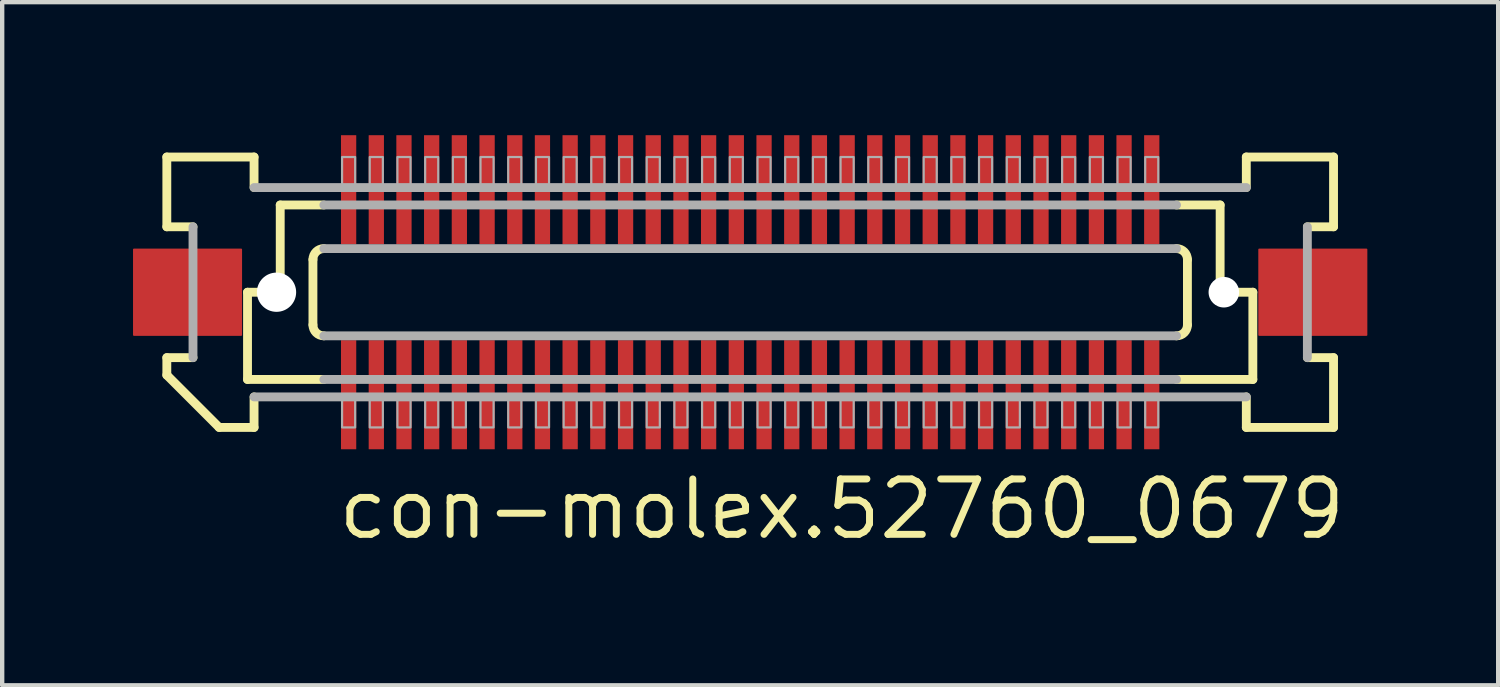
<source format=kicad_pcb>
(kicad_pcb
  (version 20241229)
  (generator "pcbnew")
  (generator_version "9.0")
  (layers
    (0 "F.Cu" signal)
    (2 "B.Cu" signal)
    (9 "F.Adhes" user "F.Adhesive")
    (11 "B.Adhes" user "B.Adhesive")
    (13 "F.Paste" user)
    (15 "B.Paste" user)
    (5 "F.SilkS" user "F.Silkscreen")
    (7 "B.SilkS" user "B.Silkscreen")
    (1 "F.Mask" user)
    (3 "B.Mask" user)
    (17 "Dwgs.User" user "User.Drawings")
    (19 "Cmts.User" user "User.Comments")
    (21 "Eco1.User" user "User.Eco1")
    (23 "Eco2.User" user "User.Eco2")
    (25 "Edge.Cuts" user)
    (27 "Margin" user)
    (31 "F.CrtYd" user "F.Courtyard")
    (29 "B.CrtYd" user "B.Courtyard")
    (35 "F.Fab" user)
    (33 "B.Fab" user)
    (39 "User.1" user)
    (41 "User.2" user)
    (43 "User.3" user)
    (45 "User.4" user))
  (footprint "con-molex.52760_0679"
    (layer "F.Cu")
    (at 14.15 3.65)
    (property "Reference" "con-molex.52760_0679" (at -9.525 5.715 0) (layer "F.SilkS") (effects (font (size 1.27 1.27) (thickness 0.16)) (justify left bottom)))
    (attr smd)
    (fp_rect (start -9.408 -1.075) (end -9.008 -3.625) (stroke (width 0.05) (type default)) (fill yes) (layer "F.Mask"))
    (fp_rect (start -9.408 3.625) (end -9.008 1.075) (stroke (width 0.05) (type default)) (fill yes) (layer "F.Mask"))
    (fp_rect (start -8.773 -1.075) (end -8.373 -3.625) (stroke (width 0.05) (type default)) (fill yes) (layer "F.Mask"))
    (fp_rect (start -8.773 3.625) (end -8.373 1.075) (stroke (width 0.05) (type default)) (fill yes) (layer "F.Mask"))
    (fp_rect (start -8.137 -1.075) (end -7.737 -3.625) (stroke (width 0.05) (type default)) (fill yes) (layer "F.Mask"))
    (fp_rect (start -8.137 3.625) (end -7.737 1.075) (stroke (width 0.05) (type default)) (fill yes) (layer "F.Mask"))
    (fp_rect (start -7.503 -1.075) (end -7.103 -3.625) (stroke (width 0.05) (type default)) (fill yes) (layer "F.Mask"))
    (fp_rect (start -7.503 3.625) (end -7.103 1.075) (stroke (width 0.05) (type default)) (fill yes) (layer "F.Mask"))
    (fp_rect (start -6.867 -1.075) (end -6.468 -3.625) (stroke (width 0.05) (type default)) (fill yes) (layer "F.Mask"))
    (fp_rect (start -6.867 3.625) (end -6.468 1.075) (stroke (width 0.05) (type default)) (fill yes) (layer "F.Mask"))
    (fp_rect (start -6.232 -1.075) (end -5.832 -3.625) (stroke (width 0.05) (type default)) (fill yes) (layer "F.Mask"))
    (fp_rect (start -6.232 3.625) (end -5.832 1.075) (stroke (width 0.05) (type default)) (fill yes) (layer "F.Mask"))
    (fp_rect (start -5.598 -1.075) (end -5.197 -3.625) (stroke (width 0.05) (type default)) (fill yes) (layer "F.Mask"))
    (fp_rect (start -5.598 3.625) (end -5.197 1.075) (stroke (width 0.05) (type default)) (fill yes) (layer "F.Mask"))
    (fp_rect (start -4.963 -1.075) (end -4.562 -3.625) (stroke (width 0.05) (type default)) (fill yes) (layer "F.Mask"))
    (fp_rect (start -4.963 3.625) (end -4.562 1.075) (stroke (width 0.05) (type default)) (fill yes) (layer "F.Mask"))
    (fp_rect (start -4.327 -1.075) (end -3.928 -3.625) (stroke (width 0.05) (type default)) (fill yes) (layer "F.Mask"))
    (fp_rect (start -4.327 3.625) (end -3.928 1.075) (stroke (width 0.05) (type default)) (fill yes) (layer "F.Mask"))
    (fp_rect (start -3.692 -1.075) (end -3.292 -3.625) (stroke (width 0.05) (type default)) (fill yes) (layer "F.Mask"))
    (fp_rect (start -3.692 3.625) (end -3.292 1.075) (stroke (width 0.05) (type default)) (fill yes) (layer "F.Mask"))
    (fp_rect (start -3.058 -1.075) (end -2.658 -3.625) (stroke (width 0.05) (type default)) (fill yes) (layer "F.Mask"))
    (fp_rect (start -3.058 3.625) (end -2.658 1.075) (stroke (width 0.05) (type default)) (fill yes) (layer "F.Mask"))
    (fp_rect (start -2.422 -1.075) (end -2.022 -3.625) (stroke (width 0.05) (type default)) (fill yes) (layer "F.Mask"))
    (fp_rect (start -2.422 3.625) (end -2.022 1.075) (stroke (width 0.05) (type default)) (fill yes) (layer "F.Mask"))
    (fp_rect (start -1.788 -1.075) (end -1.387 -3.625) (stroke (width 0.05) (type default)) (fill yes) (layer "F.Mask"))
    (fp_rect (start -1.788 3.625) (end -1.387 1.075) (stroke (width 0.05) (type default)) (fill yes) (layer "F.Mask"))
    (fp_rect (start -1.153 -1.075) (end -0.752 -3.625) (stroke (width 0.05) (type default)) (fill yes) (layer "F.Mask"))
    (fp_rect (start -1.153 3.625) (end -0.752 1.075) (stroke (width 0.05) (type default)) (fill yes) (layer "F.Mask"))
    (fp_rect (start -0.517 -1.075) (end -0.117 -3.625) (stroke (width 0.05) (type default)) (fill yes) (layer "F.Mask"))
    (fp_rect (start -0.517 3.625) (end -0.117 1.075) (stroke (width 0.05) (type default)) (fill yes) (layer "F.Mask"))
    (fp_rect (start 0.117 -1.075) (end 0.517 -3.625) (stroke (width 0.05) (type default)) (fill yes) (layer "F.Mask"))
    (fp_rect (start 0.117 3.625) (end 0.517 1.075) (stroke (width 0.05) (type default)) (fill yes) (layer "F.Mask"))
    (fp_rect (start 0.752 -1.075) (end 1.153 -3.625) (stroke (width 0.05) (type default)) (fill yes) (layer "F.Mask"))
    (fp_rect (start 0.752 3.625) (end 1.153 1.075) (stroke (width 0.05) (type default)) (fill yes) (layer "F.Mask"))
    (fp_rect (start 1.387 -1.075) (end 1.788 -3.625) (stroke (width 0.05) (type default)) (fill yes) (layer "F.Mask"))
    (fp_rect (start 1.387 3.625) (end 1.788 1.075) (stroke (width 0.05) (type default)) (fill yes) (layer "F.Mask"))
    (fp_rect (start 2.022 -1.075) (end 2.422 -3.625) (stroke (width 0.05) (type default)) (fill yes) (layer "F.Mask"))
    (fp_rect (start 2.022 3.625) (end 2.422 1.075) (stroke (width 0.05) (type default)) (fill yes) (layer "F.Mask"))
    (fp_rect (start 2.658 -1.075) (end 3.058 -3.625) (stroke (width 0.05) (type default)) (fill yes) (layer "F.Mask"))
    (fp_rect (start 2.658 3.625) (end 3.058 1.075) (stroke (width 0.05) (type default)) (fill yes) (layer "F.Mask"))
    (fp_rect (start 3.292 -1.075) (end 3.692 -3.625) (stroke (width 0.05) (type default)) (fill yes) (layer "F.Mask"))
    (fp_rect (start 3.292 3.625) (end 3.692 1.075) (stroke (width 0.05) (type default)) (fill yes) (layer "F.Mask"))
    (fp_rect (start 3.928 -1.075) (end 4.327 -3.625) (stroke (width 0.05) (type default)) (fill yes) (layer "F.Mask"))
    (fp_rect (start 3.928 3.625) (end 4.327 1.075) (stroke (width 0.05) (type default)) (fill yes) (layer "F.Mask"))
    (fp_rect (start 4.562 -1.075) (end 4.963 -3.625) (stroke (width 0.05) (type default)) (fill yes) (layer "F.Mask"))
    (fp_rect (start 4.562 3.625) (end 4.963 1.075) (stroke (width 0.05) (type default)) (fill yes) (layer "F.Mask"))
    (fp_rect (start 5.197 -1.075) (end 5.598 -3.625) (stroke (width 0.05) (type default)) (fill yes) (layer "F.Mask"))
    (fp_rect (start 5.197 3.625) (end 5.598 1.075) (stroke (width 0.05) (type default)) (fill yes) (layer "F.Mask"))
    (fp_rect (start 5.832 -1.075) (end 6.232 -3.625) (stroke (width 0.05) (type default)) (fill yes) (layer "F.Mask"))
    (fp_rect (start 5.832 3.625) (end 6.232 1.075) (stroke (width 0.05) (type default)) (fill yes) (layer "F.Mask"))
    (fp_rect (start 6.468 -1.075) (end 6.867 -3.625) (stroke (width 0.05) (type default)) (fill yes) (layer "F.Mask"))
    (fp_rect (start 6.468 3.625) (end 6.867 1.075) (stroke (width 0.05) (type default)) (fill yes) (layer "F.Mask"))
    (fp_rect (start 7.103 -1.075) (end 7.503 -3.625) (stroke (width 0.05) (type default)) (fill yes) (layer "F.Mask"))
    (fp_rect (start 7.103 3.625) (end 7.503 1.075) (stroke (width 0.05) (type default)) (fill yes) (layer "F.Mask"))
    (fp_rect (start 7.737 -1.075) (end 8.137 -3.625) (stroke (width 0.05) (type default)) (fill yes) (layer "F.Mask"))
    (fp_rect (start 7.737 3.625) (end 8.137 1.075) (stroke (width 0.05) (type default)) (fill yes) (layer "F.Mask"))
    (fp_rect (start 8.373 -1.075) (end 8.773 -3.625) (stroke (width 0.05) (type default)) (fill yes) (layer "F.Mask"))
    (fp_rect (start 8.373 3.625) (end 8.773 1.075) (stroke (width 0.05) (type default)) (fill yes) (layer "F.Mask"))
    (fp_rect (start 9.008 -1.075) (end 9.408 -3.625) (stroke (width 0.05) (type default)) (fill yes) (layer "F.Mask"))
    (fp_rect (start 9.008 3.625) (end 9.408 1.075) (stroke (width 0.05) (type default)) (fill yes) (layer "F.Mask"))
    (fp_line (start -13.375 -3.1) (end -11.375 -3.1) (stroke (width 0.203) (type default)) (layer "F.SilkS"))
    (fp_line (start -13.375 -1.5) (end -13.375 -3.1) (stroke (width 0.203) (type default)) (layer "F.SilkS"))
    (fp_line (start -13.375 1.5) (end -12.775 1.5) (stroke (width 0.203) (type default)) (layer "F.SilkS"))
    (fp_line (start -13.375 1.9) (end -13.375 1.5) (stroke (width 0.203) (type default)) (layer "F.SilkS"))
    (fp_line (start -12.775 -1.5) (end -13.375 -1.5) (stroke (width 0.203) (type default)) (layer "F.SilkS"))
    (fp_line (start -12.175 3.1) (end -13.375 1.9) (stroke (width 0.203) (type default)) (layer "F.SilkS"))
    (fp_line (start -11.525 0) (end -11.525 2) (stroke (width 0.203) (type default)) (layer "F.SilkS"))
    (fp_line (start -11.525 2) (end -9.775 2) (stroke (width 0.203) (type default)) (layer "F.SilkS"))
    (fp_line (start -11.375 -3.1) (end -11.375 -2.4) (stroke (width 0.203) (type default)) (layer "F.SilkS"))
    (fp_line (start -11.375 2.4) (end -11.375 3.1) (stroke (width 0.203) (type default)) (layer "F.SilkS"))
    (fp_line (start -11.375 3.1) (end -12.175 3.1) (stroke (width 0.203) (type default)) (layer "F.SilkS"))
    (fp_line (start -10.775 -2) (end -10.775 0) (stroke (width 0.203) (type default)) (layer "F.SilkS"))
    (fp_line (start -10.775 0) (end -11.525 0) (stroke (width 0.203) (type default)) (layer "F.SilkS"))
    (fp_line (start -10.025 0.75) (end -10.025 -0.75) (stroke (width 0.203) (type default)) (layer "F.SilkS"))
    (fp_line (start -9.775 -2) (end -10.775 -2) (stroke (width 0.203) (type default)) (layer "F.SilkS"))
    (fp_line (start 9.775 2) (end 11.525 2) (stroke (width 0.203) (type default)) (layer "F.SilkS"))
    (fp_line (start 10.025 -0.75) (end 10.025 0.75) (stroke (width 0.203) (type default)) (layer "F.SilkS"))
    (fp_line (start 10.775 -2) (end 9.775 -2) (stroke (width 0.203) (type default)) (layer "F.SilkS"))
    (fp_line (start 10.775 -2) (end 10.775 0) (stroke (width 0.203) (type default)) (layer "F.SilkS"))
    (fp_line (start 11.375 -3.1) (end 13.375 -3.1) (stroke (width 0.203) (type default)) (layer "F.SilkS"))
    (fp_line (start 11.375 -2.4) (end 11.375 -3.1) (stroke (width 0.203) (type default)) (layer "F.SilkS"))
    (fp_line (start 11.375 3.1) (end 11.375 2.4) (stroke (width 0.203) (type default)) (layer "F.SilkS"))
    (fp_line (start 11.525 0) (end 10.775 0) (stroke (width 0.203) (type default)) (layer "F.SilkS"))
    (fp_line (start 11.525 0) (end 11.525 2) (stroke (width 0.203) (type default)) (layer "F.SilkS"))
    (fp_line (start 12.775 1.5) (end 13.375 1.5) (stroke (width 0.203) (type default)) (layer "F.SilkS"))
    (fp_line (start 13.375 -3.1) (end 13.375 -1.5) (stroke (width 0.203) (type default)) (layer "F.SilkS"))
    (fp_line (start 13.375 -1.5) (end 12.775 -1.5) (stroke (width 0.203) (type default)) (layer "F.SilkS"))
    (fp_line (start 13.375 1.5) (end 13.375 3.1) (stroke (width 0.203) (type default)) (layer "F.SilkS"))
    (fp_line (start 13.375 3.1) (end 11.375 3.1) (stroke (width 0.203) (type default)) (layer "F.SilkS"))
    (fp_arc (start -10.025 -0.75) (mid -9.951777 -0.926777) (end -9.775 -1) (stroke (width 0.2032) (type default)) (layer "F.SilkS"))
    (fp_arc (start -9.775 1) (mid -9.951777 0.926777) (end -10.025 0.75) (stroke (width 0.2032) (type default)) (layer "F.SilkS"))
    (fp_arc (start 9.775 -1) (mid 9.951777 -0.926777) (end 10.025 -0.75) (stroke (width 0.2032) (type default)) (layer "F.SilkS"))
    (fp_arc (start 10.025 0.75) (mid 9.951777 0.926777) (end 9.775 1) (stroke (width 0.2032) (type default)) (layer "F.SilkS"))
    (fp_line (start -12.775 1.5) (end -12.775 -1.5) (stroke (width 0.203) (type default)) (layer "F.Fab"))
    (fp_line (start -11.375 -2.4) (end 11.375 -2.4) (stroke (width 0.203) (type default)) (layer "F.Fab"))
    (fp_line (start -9.775 -1) (end 9.775 -1) (stroke (width 0.203) (type default)) (layer "F.Fab"))
    (fp_line (start -9.775 2) (end 9.775 2) (stroke (width 0.203) (type default)) (layer "F.Fab"))
    (fp_line (start 9.775 -2) (end -9.775 -2) (stroke (width 0.203) (type default)) (layer "F.Fab"))
    (fp_line (start 9.775 1) (end -9.775 1) (stroke (width 0.203) (type default)) (layer "F.Fab"))
    (fp_line (start 11.375 2.4) (end -11.375 2.4) (stroke (width 0.203) (type default)) (layer "F.Fab"))
    (fp_line (start 12.775 -1.5) (end 12.775 1.5) (stroke (width 0.203) (type default)) (layer "F.Fab"))
    (fp_rect (start -9.357 -2.375) (end -9.057 -3.1) (stroke (width 0.05) (type default)) (fill no) (layer "F.Fab"))
    (fp_rect (start -9.357 3.1) (end -9.057 2.375) (stroke (width 0.05) (type default)) (fill no) (layer "F.Fab"))
    (fp_rect (start -8.723 -2.375) (end -8.422 -3.1) (stroke (width 0.05) (type default)) (fill no) (layer "F.Fab"))
    (fp_rect (start -8.723 3.1) (end -8.422 2.375) (stroke (width 0.05) (type default)) (fill no) (layer "F.Fab"))
    (fp_rect (start -8.088 -2.375) (end -7.787 -3.1) (stroke (width 0.05) (type default)) (fill no) (layer "F.Fab"))
    (fp_rect (start -8.088 3.1) (end -7.787 2.375) (stroke (width 0.05) (type default)) (fill no) (layer "F.Fab"))
    (fp_rect (start -7.452 -2.375) (end -7.152 -3.1) (stroke (width 0.05) (type default)) (fill no) (layer "F.Fab"))
    (fp_rect (start -7.452 3.1) (end -7.152 2.375) (stroke (width 0.05) (type default)) (fill no) (layer "F.Fab"))
    (fp_rect (start -6.817 -2.375) (end -6.518 -3.1) (stroke (width 0.05) (type default)) (fill no) (layer "F.Fab"))
    (fp_rect (start -6.817 3.1) (end -6.518 2.375) (stroke (width 0.05) (type default)) (fill no) (layer "F.Fab"))
    (fp_rect (start -6.183 -2.375) (end -5.883 -3.1) (stroke (width 0.05) (type default)) (fill no) (layer "F.Fab"))
    (fp_rect (start -6.183 3.1) (end -5.883 2.375) (stroke (width 0.05) (type default)) (fill no) (layer "F.Fab"))
    (fp_rect (start -5.548 -2.375) (end -5.247 -3.1) (stroke (width 0.05) (type default)) (fill no) (layer "F.Fab"))
    (fp_rect (start -5.548 3.1) (end -5.247 2.375) (stroke (width 0.05) (type default)) (fill no) (layer "F.Fab"))
    (fp_rect (start -4.912 -2.375) (end -4.612 -3.1) (stroke (width 0.05) (type default)) (fill no) (layer "F.Fab"))
    (fp_rect (start -4.912 3.1) (end -4.612 2.375) (stroke (width 0.05) (type default)) (fill no) (layer "F.Fab"))
    (fp_rect (start -4.277 -2.375) (end -3.978 -3.1) (stroke (width 0.05) (type default)) (fill no) (layer "F.Fab"))
    (fp_rect (start -4.277 3.1) (end -3.978 2.375) (stroke (width 0.05) (type default)) (fill no) (layer "F.Fab"))
    (fp_rect (start -3.643 -2.375) (end -3.342 -3.1) (stroke (width 0.05) (type default)) (fill no) (layer "F.Fab"))
    (fp_rect (start -3.643 3.1) (end -3.342 2.375) (stroke (width 0.05) (type default)) (fill no) (layer "F.Fab"))
    (fp_rect (start -3.007 -2.375) (end -2.708 -3.1) (stroke (width 0.05) (type default)) (fill no) (layer "F.Fab"))
    (fp_rect (start -3.007 3.1) (end -2.708 2.375) (stroke (width 0.05) (type default)) (fill no) (layer "F.Fab"))
    (fp_rect (start -2.373 -2.375) (end -2.072 -3.1) (stroke (width 0.05) (type default)) (fill no) (layer "F.Fab"))
    (fp_rect (start -2.373 3.1) (end -2.072 2.375) (stroke (width 0.05) (type default)) (fill no) (layer "F.Fab"))
    (fp_rect (start -1.738 -2.375) (end -1.438 -3.1) (stroke (width 0.05) (type default)) (fill no) (layer "F.Fab"))
    (fp_rect (start -1.738 3.1) (end -1.438 2.375) (stroke (width 0.05) (type default)) (fill no) (layer "F.Fab"))
    (fp_rect (start -1.103 -2.375) (end -0.802 -3.1) (stroke (width 0.05) (type default)) (fill no) (layer "F.Fab"))
    (fp_rect (start -1.103 3.1) (end -0.802 2.375) (stroke (width 0.05) (type default)) (fill no) (layer "F.Fab"))
    (fp_rect (start -0.468 -2.375) (end -0.168 -3.1) (stroke (width 0.05) (type default)) (fill no) (layer "F.Fab"))
    (fp_rect (start -0.468 3.1) (end -0.168 2.375) (stroke (width 0.05) (type default)) (fill no) (layer "F.Fab"))
    (fp_rect (start 0.168 -2.375) (end 0.468 -3.1) (stroke (width 0.05) (type default)) (fill no) (layer "F.Fab"))
    (fp_rect (start 0.168 3.1) (end 0.468 2.375) (stroke (width 0.05) (type default)) (fill no) (layer "F.Fab"))
    (fp_rect (start 0.802 -2.375) (end 1.103 -3.1) (stroke (width 0.05) (type default)) (fill no) (layer "F.Fab"))
    (fp_rect (start 0.802 3.1) (end 1.103 2.375) (stroke (width 0.05) (type default)) (fill no) (layer "F.Fab"))
    (fp_rect (start 1.438 -2.375) (end 1.738 -3.1) (stroke (width 0.05) (type default)) (fill no) (layer "F.Fab"))
    (fp_rect (start 1.438 3.1) (end 1.738 2.375) (stroke (width 0.05) (type default)) (fill no) (layer "F.Fab"))
    (fp_rect (start 2.072 -2.375) (end 2.373 -3.1) (stroke (width 0.05) (type default)) (fill no) (layer "F.Fab"))
    (fp_rect (start 2.072 3.1) (end 2.373 2.375) (stroke (width 0.05) (type default)) (fill no) (layer "F.Fab"))
    (fp_rect (start 2.708 -2.375) (end 3.007 -3.1) (stroke (width 0.05) (type default)) (fill no) (layer "F.Fab"))
    (fp_rect (start 2.708 3.1) (end 3.007 2.375) (stroke (width 0.05) (type default)) (fill no) (layer "F.Fab"))
    (fp_rect (start 3.342 -2.375) (end 3.643 -3.1) (stroke (width 0.05) (type default)) (fill no) (layer "F.Fab"))
    (fp_rect (start 3.342 3.1) (end 3.643 2.375) (stroke (width 0.05) (type default)) (fill no) (layer "F.Fab"))
    (fp_rect (start 3.978 -2.375) (end 4.277 -3.1) (stroke (width 0.05) (type default)) (fill no) (layer "F.Fab"))
    (fp_rect (start 3.978 3.1) (end 4.277 2.375) (stroke (width 0.05) (type default)) (fill no) (layer "F.Fab"))
    (fp_rect (start 4.612 -2.375) (end 4.912 -3.1) (stroke (width 0.05) (type default)) (fill no) (layer "F.Fab"))
    (fp_rect (start 4.612 3.1) (end 4.912 2.375) (stroke (width 0.05) (type default)) (fill no) (layer "F.Fab"))
    (fp_rect (start 5.247 -2.375) (end 5.548 -3.1) (stroke (width 0.05) (type default)) (fill no) (layer "F.Fab"))
    (fp_rect (start 5.247 3.1) (end 5.548 2.375) (stroke (width 0.05) (type default)) (fill no) (layer "F.Fab"))
    (fp_rect (start 5.883 -2.375) (end 6.183 -3.1) (stroke (width 0.05) (type default)) (fill no) (layer "F.Fab"))
    (fp_rect (start 5.883 3.1) (end 6.183 2.375) (stroke (width 0.05) (type default)) (fill no) (layer "F.Fab"))
    (fp_rect (start 6.518 -2.375) (end 6.817 -3.1) (stroke (width 0.05) (type default)) (fill no) (layer "F.Fab"))
    (fp_rect (start 6.518 3.1) (end 6.817 2.375) (stroke (width 0.05) (type default)) (fill no) (layer "F.Fab"))
    (fp_rect (start 7.152 -2.375) (end 7.452 -3.1) (stroke (width 0.05) (type default)) (fill no) (layer "F.Fab"))
    (fp_rect (start 7.152 3.1) (end 7.452 2.375) (stroke (width 0.05) (type default)) (fill no) (layer "F.Fab"))
    (fp_rect (start 7.787 -2.375) (end 8.088 -3.1) (stroke (width 0.05) (type default)) (fill no) (layer "F.Fab"))
    (fp_rect (start 7.787 3.1) (end 8.088 2.375) (stroke (width 0.05) (type default)) (fill no) (layer "F.Fab"))
    (fp_rect (start 8.422 -2.375) (end 8.723 -3.1) (stroke (width 0.05) (type default)) (fill no) (layer "F.Fab"))
    (fp_rect (start 8.422 3.1) (end 8.723 2.375) (stroke (width 0.05) (type default)) (fill no) (layer "F.Fab"))
    (fp_rect (start 9.057 -2.375) (end 9.357 -3.1) (stroke (width 0.05) (type default)) (fill no) (layer "F.Fab"))
    (fp_rect (start 9.057 3.1) (end 9.357 2.375) (stroke (width 0.05) (type default)) (fill no) (layer "F.Fab"))
    (pad "" np_thru_hole circle (at -10.86 0) (size 0.9 0.9) (drill 0.9) (layers "*.Cu" "*.Mask"))
    (pad "" np_thru_hole circle (at 10.86 0) (size 0.7 0.7) (drill 0.7) (layers "*.Cu" "*.Mask"))
    (pad "1" smd roundrect (at -9.207 2.35) (size 0.35 2.5) (layers "F.Cu" "F.Mask" "F.Paste") (roundrect_rratio 0.01))
    (pad "2" smd roundrect (at -9.207 -2.35 180) (size 0.35 2.5) (layers "F.Cu" "F.Mask" "F.Paste") (roundrect_rratio 0.01))
    (pad "3" smd roundrect (at -8.572 2.35) (size 0.35 2.5) (layers "F.Cu" "F.Mask" "F.Paste") (roundrect_rratio 0.01))
    (pad "4" smd roundrect (at -8.572 -2.35 180) (size 0.35 2.5) (layers "F.Cu" "F.Mask" "F.Paste") (roundrect_rratio 0.01))
    (pad "5" smd roundrect (at -7.938 2.35) (size 0.35 2.5) (layers "F.Cu" "F.Mask" "F.Paste") (roundrect_rratio 0.01))
    (pad "6" smd roundrect (at -7.938 -2.35 180) (size 0.35 2.5) (layers "F.Cu" "F.Mask" "F.Paste") (roundrect_rratio 0.01))
    (pad "7" smd roundrect (at -7.303 2.35) (size 0.35 2.5) (layers "F.Cu" "F.Mask" "F.Paste") (roundrect_rratio 0.01))
    (pad "8" smd roundrect (at -7.303 -2.35 180) (size 0.35 2.5) (layers "F.Cu" "F.Mask" "F.Paste") (roundrect_rratio 0.01))
    (pad "9" smd roundrect (at -6.668 2.35) (size 0.35 2.5) (layers "F.Cu" "F.Mask" "F.Paste") (roundrect_rratio 0.01))
    (pad "10" smd roundrect (at -6.668 -2.35 180) (size 0.35 2.5) (layers "F.Cu" "F.Mask" "F.Paste") (roundrect_rratio 0.01))
    (pad "11" smd roundrect (at -6.032 2.35) (size 0.35 2.5) (layers "F.Cu" "F.Mask" "F.Paste") (roundrect_rratio 0.01))
    (pad "12" smd roundrect (at -6.032 -2.35 180) (size 0.35 2.5) (layers "F.Cu" "F.Mask" "F.Paste") (roundrect_rratio 0.01))
    (pad "13" smd roundrect (at -5.397 2.35) (size 0.35 2.5) (layers "F.Cu" "F.Mask" "F.Paste") (roundrect_rratio 0.01))
    (pad "14" smd roundrect (at -5.397 -2.35 180) (size 0.35 2.5) (layers "F.Cu" "F.Mask" "F.Paste") (roundrect_rratio 0.01))
    (pad "15" smd roundrect (at -4.763 2.35) (size 0.35 2.5) (layers "F.Cu" "F.Mask" "F.Paste") (roundrect_rratio 0.01))
    (pad "16" smd roundrect (at -4.763 -2.35 180) (size 0.35 2.5) (layers "F.Cu" "F.Mask" "F.Paste") (roundrect_rratio 0.01))
    (pad "17" smd roundrect (at -4.128 2.35) (size 0.35 2.5) (layers "F.Cu" "F.Mask" "F.Paste") (roundrect_rratio 0.01))
    (pad "18" smd roundrect (at -4.128 -2.35 180) (size 0.35 2.5) (layers "F.Cu" "F.Mask" "F.Paste") (roundrect_rratio 0.01))
    (pad "19" smd roundrect (at -3.493 2.35) (size 0.35 2.5) (layers "F.Cu" "F.Mask" "F.Paste") (roundrect_rratio 0.01))
    (pad "20" smd roundrect (at -3.493 -2.35 180) (size 0.35 2.5) (layers "F.Cu" "F.Mask" "F.Paste") (roundrect_rratio 0.01))
    (pad "21" smd roundrect (at -2.857 2.35) (size 0.35 2.5) (layers "F.Cu" "F.Mask" "F.Paste") (roundrect_rratio 0.01))
    (pad "22" smd roundrect (at -2.857 -2.35 180) (size 0.35 2.5) (layers "F.Cu" "F.Mask" "F.Paste") (roundrect_rratio 0.01))
    (pad "23" smd roundrect (at -2.223 2.35) (size 0.35 2.5) (layers "F.Cu" "F.Mask" "F.Paste") (roundrect_rratio 0.01))
    (pad "24" smd roundrect (at -2.223 -2.35 180) (size 0.35 2.5) (layers "F.Cu" "F.Mask" "F.Paste") (roundrect_rratio 0.01))
    (pad "25" smd roundrect (at -1.587 2.35) (size 0.35 2.5) (layers "F.Cu" "F.Mask" "F.Paste") (roundrect_rratio 0.01))
    (pad "26" smd roundrect (at -1.587 -2.35 180) (size 0.35 2.5) (layers "F.Cu" "F.Mask" "F.Paste") (roundrect_rratio 0.01))
    (pad "27" smd roundrect (at -0.953 2.35) (size 0.35 2.5) (layers "F.Cu" "F.Mask" "F.Paste") (roundrect_rratio 0.01))
    (pad "28" smd roundrect (at -0.953 -2.35 180) (size 0.35 2.5) (layers "F.Cu" "F.Mask" "F.Paste") (roundrect_rratio 0.01))
    (pad "29" smd roundrect (at -0.318 2.35) (size 0.35 2.5) (layers "F.Cu" "F.Mask" "F.Paste") (roundrect_rratio 0.01))
    (pad "30" smd roundrect (at -0.318 -2.35 180) (size 0.35 2.5) (layers "F.Cu" "F.Mask" "F.Paste") (roundrect_rratio 0.01))
    (pad "31" smd roundrect (at 0.318 2.35) (size 0.35 2.5) (layers "F.Cu" "F.Mask" "F.Paste") (roundrect_rratio 0.01))
    (pad "32" smd roundrect (at 0.318 -2.35 180) (size 0.35 2.5) (layers "F.Cu" "F.Mask" "F.Paste") (roundrect_rratio 0.01))
    (pad "33" smd roundrect (at 0.953 2.35) (size 0.35 2.5) (layers "F.Cu" "F.Mask" "F.Paste") (roundrect_rratio 0.01))
    (pad "34" smd roundrect (at 0.953 -2.35 180) (size 0.35 2.5) (layers "F.Cu" "F.Mask" "F.Paste") (roundrect_rratio 0.01))
    (pad "35" smd roundrect (at 1.587 2.35) (size 0.35 2.5) (layers "F.Cu" "F.Mask" "F.Paste") (roundrect_rratio 0.01))
    (pad "36" smd roundrect (at 1.587 -2.35 180) (size 0.35 2.5) (layers "F.Cu" "F.Mask" "F.Paste") (roundrect_rratio 0.01))
    (pad "37" smd roundrect (at 2.223 2.35) (size 0.35 2.5) (layers "F.Cu" "F.Mask" "F.Paste") (roundrect_rratio 0.01))
    (pad "38" smd roundrect (at 2.223 -2.35 180) (size 0.35 2.5) (layers "F.Cu" "F.Mask" "F.Paste") (roundrect_rratio 0.01))
    (pad "39" smd roundrect (at 2.857 2.35) (size 0.35 2.5) (layers "F.Cu" "F.Mask" "F.Paste") (roundrect_rratio 0.01))
    (pad "40" smd roundrect (at 2.857 -2.35 180) (size 0.35 2.5) (layers "F.Cu" "F.Mask" "F.Paste") (roundrect_rratio 0.01))
    (pad "41" smd roundrect (at 3.493 2.35) (size 0.35 2.5) (layers "F.Cu" "F.Mask" "F.Paste") (roundrect_rratio 0.01))
    (pad "42" smd roundrect (at 3.493 -2.35 180) (size 0.35 2.5) (layers "F.Cu" "F.Mask" "F.Paste") (roundrect_rratio 0.01))
    (pad "43" smd roundrect (at 4.128 2.35) (size 0.35 2.5) (layers "F.Cu" "F.Mask" "F.Paste") (roundrect_rratio 0.01))
    (pad "44" smd roundrect (at 4.128 -2.35 180) (size 0.35 2.5) (layers "F.Cu" "F.Mask" "F.Paste") (roundrect_rratio 0.01))
    (pad "45" smd roundrect (at 4.763 2.35) (size 0.35 2.5) (layers "F.Cu" "F.Mask" "F.Paste") (roundrect_rratio 0.01))
    (pad "46" smd roundrect (at 4.763 -2.35 180) (size 0.35 2.5) (layers "F.Cu" "F.Mask" "F.Paste") (roundrect_rratio 0.01))
    (pad "47" smd roundrect (at 5.397 2.35) (size 0.35 2.5) (layers "F.Cu" "F.Mask" "F.Paste") (roundrect_rratio 0.01))
    (pad "48" smd roundrect (at 5.397 -2.35 180) (size 0.35 2.5) (layers "F.Cu" "F.Mask" "F.Paste") (roundrect_rratio 0.01))
    (pad "49" smd roundrect (at 6.032 2.35) (size 0.35 2.5) (layers "F.Cu" "F.Mask" "F.Paste") (roundrect_rratio 0.01))
    (pad "50" smd roundrect (at 6.032 -2.35 180) (size 0.35 2.5) (layers "F.Cu" "F.Mask" "F.Paste") (roundrect_rratio 0.01))
    (pad "51" smd roundrect (at 6.668 2.35) (size 0.35 2.5) (layers "F.Cu" "F.Mask" "F.Paste") (roundrect_rratio 0.01))
    (pad "52" smd roundrect (at 6.668 -2.35 180) (size 0.35 2.5) (layers "F.Cu" "F.Mask" "F.Paste") (roundrect_rratio 0.01))
    (pad "53" smd roundrect (at 7.303 2.35) (size 0.35 2.5) (layers "F.Cu" "F.Mask" "F.Paste") (roundrect_rratio 0.01))
    (pad "54" smd roundrect (at 7.303 -2.35 180) (size 0.35 2.5) (layers "F.Cu" "F.Mask" "F.Paste") (roundrect_rratio 0.01))
    (pad "55" smd roundrect (at 7.938 2.35) (size 0.35 2.5) (layers "F.Cu" "F.Mask" "F.Paste") (roundrect_rratio 0.01))
    (pad "56" smd roundrect (at 7.938 -2.35 180) (size 0.35 2.5) (layers "F.Cu" "F.Mask" "F.Paste") (roundrect_rratio 0.01))
    (pad "57" smd roundrect (at 8.572 2.35) (size 0.35 2.5) (layers "F.Cu" "F.Mask" "F.Paste") (roundrect_rratio 0.01))
    (pad "58" smd roundrect (at 8.572 -2.35 180) (size 0.35 2.5) (layers "F.Cu" "F.Mask" "F.Paste") (roundrect_rratio 0.01))
    (pad "59" smd roundrect (at 9.207 2.35) (size 0.35 2.5) (layers "F.Cu" "F.Mask" "F.Paste") (roundrect_rratio 0.01))
    (pad "60" smd roundrect (at 9.207 -2.35 180) (size 0.35 2.5) (layers "F.Cu" "F.Mask" "F.Paste") (roundrect_rratio 0.01))
    (pad "M1" smd roundrect (at -12.9 0) (size 2.5 2) (layers "F.Cu" "F.Mask" "F.Paste") (roundrect_rratio 0.01))
    (pad "M2" smd roundrect (at 12.9 0 180) (size 2.5 2) (layers "F.Cu" "F.Mask" "F.Paste") (roundrect_rratio 0.01)))
  (gr_rect
    (start -3 -3)
    (end 31.3 12.662)
    (stroke (width 0.1) (type default))
    (fill no)
    (layer "Edge.Cuts")))
</source>
